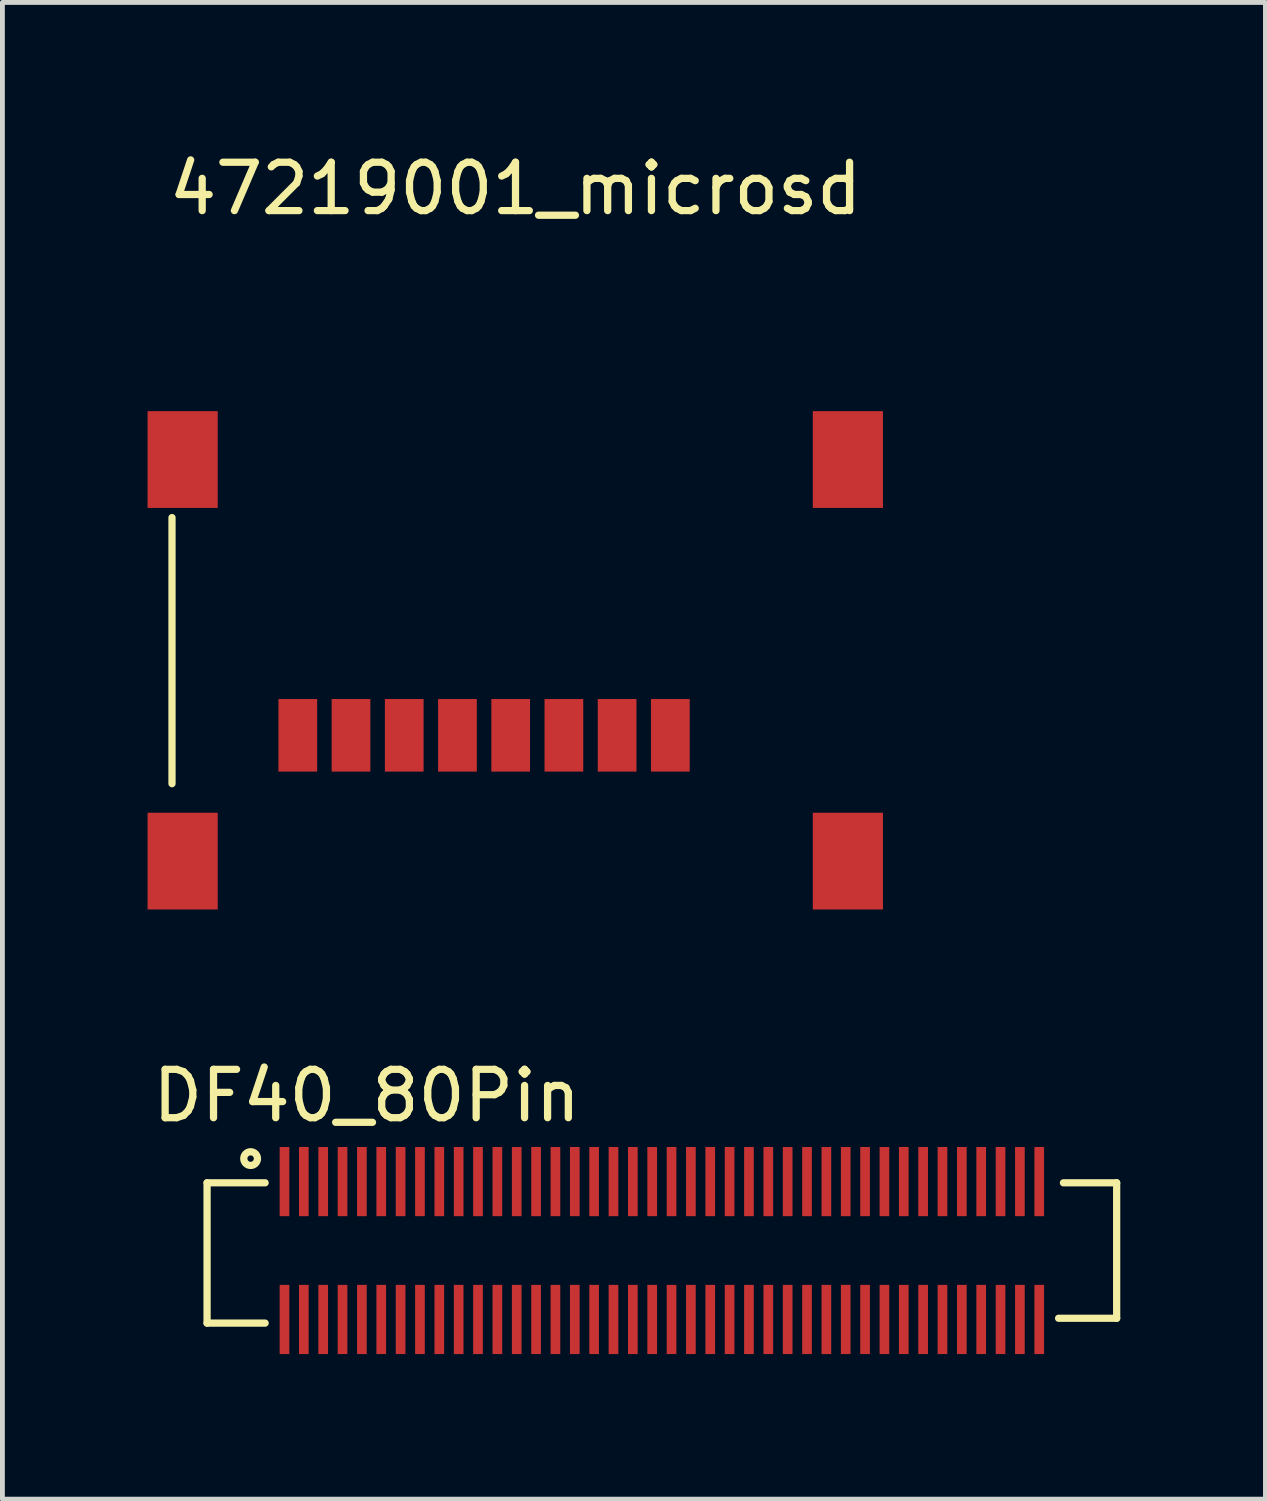
<source format=kicad_pcb>
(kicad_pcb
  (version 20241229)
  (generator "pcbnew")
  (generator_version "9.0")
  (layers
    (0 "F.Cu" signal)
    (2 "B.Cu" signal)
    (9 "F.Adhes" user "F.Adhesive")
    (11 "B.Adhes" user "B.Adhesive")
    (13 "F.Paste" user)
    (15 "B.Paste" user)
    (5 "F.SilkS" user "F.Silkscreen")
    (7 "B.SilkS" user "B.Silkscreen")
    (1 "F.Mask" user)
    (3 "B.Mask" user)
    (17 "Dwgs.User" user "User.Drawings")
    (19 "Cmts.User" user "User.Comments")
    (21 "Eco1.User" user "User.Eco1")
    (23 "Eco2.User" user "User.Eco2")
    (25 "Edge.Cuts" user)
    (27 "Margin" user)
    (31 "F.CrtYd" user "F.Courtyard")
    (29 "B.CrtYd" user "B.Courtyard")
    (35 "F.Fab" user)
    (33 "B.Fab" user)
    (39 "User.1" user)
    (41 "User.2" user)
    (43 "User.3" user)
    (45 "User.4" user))
  (footprint "47219001_microsd"
    (layer "F.Cu")
    (at 7.505 12.148)
    (property "Reference" "47219001_microsd" (at 0.1 -11.3 0) (layer "F.SilkS") (effects (font (size 1 1) (thickness 0.15))))
    (attr through_hole)
    (fp_line (start -7 1) (end -7 -4.5) (stroke (width 0.15) (type solid)) (layer "F.SilkS"))
    (pad "1" smd rect (at 3.3 0) (size 0.8 1.5) (layers "F.Cu" "F.Mask" "F.Paste"))
    (pad "2" smd rect (at 2.2 0) (size 0.8 1.5) (layers "F.Cu" "F.Mask" "F.Paste"))
    (pad "3" smd rect (at 1.1 0) (size 0.8 1.5) (layers "F.Cu" "F.Mask" "F.Paste"))
    (pad "4" smd rect (at 0 0) (size 0.8 1.5) (layers "F.Cu" "F.Mask" "F.Paste"))
    (pad "5" smd rect (at -1.1 0) (size 0.8 1.5) (layers "F.Cu" "F.Mask" "F.Paste"))
    (pad "6" smd rect (at -2.2 0) (size 0.8 1.5) (layers "F.Cu" "F.Mask" "F.Paste"))
    (pad "7" smd rect (at -3.3 0) (size 0.8 1.5) (layers "F.Cu" "F.Mask" "F.Paste"))
    (pad "8" smd rect (at -4.4 0) (size 0.8 1.5) (layers "F.Cu" "F.Mask" "F.Paste"))
    (pad "9" smd rect (at -6.78 -5.7) (size 1.45 2) (layers "F.Cu" "F.Mask" "F.Paste"))
    (pad "9" smd rect (at -6.78 2.6) (size 1.45 2) (layers "F.Cu" "F.Mask" "F.Paste"))
    (pad "9" smd rect (at 6.97 -5.7) (size 1.45 2) (layers "F.Cu" "F.Mask" "F.Paste"))
    (pad "9" smd rect (at 6.97 2.6) (size 1.45 2) (layers "F.Cu" "F.Mask" "F.Paste")))
  (footprint "DF40_80Pin"
    (layer "F.Cu")
    (at 10.63 22.797)
    (property "Reference" "DF40_80Pin" (at -6.1 -3.2 0) (layer "F.SilkS") (effects (font (size 1 1) (thickness 0.15))))
    (attr through_hole)
    (fp_line (start -9.4 -1.4) (end -9.4 1.5) (stroke (width 0.15) (type solid)) (layer "F.SilkS"))
    (fp_line (start -9.4 -1.4) (end -8.2 -1.4) (stroke (width 0.15) (type solid)) (layer "F.SilkS"))
    (fp_line (start -9.4 1.5) (end -8.2 1.5) (stroke (width 0.15) (type solid)) (layer "F.SilkS"))
    (fp_line (start 9.4 -1.4) (end 8.3 -1.4) (stroke (width 0.15) (type solid)) (layer "F.SilkS"))
    (fp_line (start 9.4 -1.4) (end 9.4 1.4) (stroke (width 0.15) (type solid)) (layer "F.SilkS"))
    (fp_line (start 9.4 1.4) (end 8.2 1.4) (stroke (width 0.15) (type solid)) (layer "F.SilkS"))
    (fp_circle (center -8.5 -1.9) (end -8.4 -1.8) (stroke (width 0.15) (type solid)) (fill no) (layer "F.SilkS"))
    (pad "1" smd rect (at -7.8 -1.425) (size 0.2 1.43) (layers "F.Cu" "F.Mask" "F.Paste"))
    (pad "2" smd rect (at -7.8 1.425) (size 0.2 1.43) (layers "F.Cu" "F.Mask" "F.Paste"))
    (pad "3" smd rect (at -7.4 -1.425) (size 0.2 1.43) (layers "F.Cu" "F.Mask" "F.Paste"))
    (pad "4" smd rect (at -7.4 1.425) (size 0.2 1.43) (layers "F.Cu" "F.Mask" "F.Paste"))
    (pad "5" smd rect (at -7 -1.425) (size 0.2 1.43) (layers "F.Cu" "F.Mask" "F.Paste"))
    (pad "6" smd rect (at -7 1.425) (size 0.2 1.43) (layers "F.Cu" "F.Mask" "F.Paste"))
    (pad "7" smd rect (at -6.6 -1.425) (size 0.2 1.43) (layers "F.Cu" "F.Mask" "F.Paste"))
    (pad "8" smd rect (at -6.6 1.425) (size 0.2 1.43) (layers "F.Cu" "F.Mask" "F.Paste"))
    (pad "9" smd rect (at -6.2 -1.425) (size 0.2 1.43) (layers "F.Cu" "F.Mask" "F.Paste"))
    (pad "10" smd rect (at -6.2 1.425) (size 0.2 1.43) (layers "F.Cu" "F.Mask" "F.Paste"))
    (pad "11" smd rect (at -5.8 -1.425) (size 0.2 1.43) (layers "F.Cu" "F.Mask" "F.Paste"))
    (pad "12" smd rect (at -5.8 1.425) (size 0.2 1.43) (layers "F.Cu" "F.Mask" "F.Paste"))
    (pad "13" smd rect (at -5.4 -1.425) (size 0.2 1.43) (layers "F.Cu" "F.Mask" "F.Paste"))
    (pad "14" smd rect (at -5.4 1.425) (size 0.2 1.43) (layers "F.Cu" "F.Mask" "F.Paste"))
    (pad "15" smd rect (at -5 -1.425) (size 0.2 1.43) (layers "F.Cu" "F.Mask" "F.Paste"))
    (pad "16" smd rect (at -5 1.425) (size 0.2 1.43) (layers "F.Cu" "F.Mask" "F.Paste"))
    (pad "17" smd rect (at -4.6 -1.425) (size 0.2 1.43) (layers "F.Cu" "F.Mask" "F.Paste"))
    (pad "18" smd rect (at -4.6 1.425) (size 0.2 1.43) (layers "F.Cu" "F.Mask" "F.Paste"))
    (pad "19" smd rect (at -4.2 -1.425) (size 0.2 1.43) (layers "F.Cu" "F.Mask" "F.Paste"))
    (pad "20" smd rect (at -4.2 1.425) (size 0.2 1.43) (layers "F.Cu" "F.Mask" "F.Paste"))
    (pad "21" smd rect (at -3.8 -1.425) (size 0.2 1.43) (layers "F.Cu" "F.Mask" "F.Paste"))
    (pad "22" smd rect (at -3.8 1.425) (size 0.2 1.43) (layers "F.Cu" "F.Mask" "F.Paste"))
    (pad "23" smd rect (at -3.4 -1.425) (size 0.2 1.43) (layers "F.Cu" "F.Mask" "F.Paste"))
    (pad "24" smd rect (at -3.4 1.425) (size 0.2 1.43) (layers "F.Cu" "F.Mask" "F.Paste"))
    (pad "25" smd rect (at -3 -1.425) (size 0.2 1.43) (layers "F.Cu" "F.Mask" "F.Paste"))
    (pad "26" smd rect (at -3 1.425) (size 0.2 1.43) (layers "F.Cu" "F.Mask" "F.Paste"))
    (pad "27" smd rect (at -2.6 -1.425) (size 0.2 1.43) (layers "F.Cu" "F.Mask" "F.Paste"))
    (pad "28" smd rect (at -2.6 1.425) (size 0.2 1.43) (layers "F.Cu" "F.Mask" "F.Paste"))
    (pad "29" smd rect (at -2.2 -1.425) (size 0.2 1.43) (layers "F.Cu" "F.Mask" "F.Paste"))
    (pad "30" smd rect (at -2.2 1.425) (size 0.2 1.43) (layers "F.Cu" "F.Mask" "F.Paste"))
    (pad "31" smd rect (at -1.8 -1.425) (size 0.2 1.43) (layers "F.Cu" "F.Mask" "F.Paste"))
    (pad "32" smd rect (at -1.8 1.425) (size 0.2 1.43) (layers "F.Cu" "F.Mask" "F.Paste"))
    (pad "33" smd rect (at -1.4 -1.425) (size 0.2 1.43) (layers "F.Cu" "F.Mask" "F.Paste"))
    (pad "34" smd rect (at -1.4 1.425) (size 0.2 1.43) (layers "F.Cu" "F.Mask" "F.Paste"))
    (pad "35" smd rect (at -1 -1.425) (size 0.2 1.43) (layers "F.Cu" "F.Mask" "F.Paste"))
    (pad "36" smd rect (at -1 1.425) (size 0.2 1.43) (layers "F.Cu" "F.Mask" "F.Paste"))
    (pad "37" smd rect (at -0.6 -1.425) (size 0.2 1.43) (layers "F.Cu" "F.Mask" "F.Paste"))
    (pad "38" smd rect (at -0.6 1.425) (size 0.2 1.43) (layers "F.Cu" "F.Mask" "F.Paste"))
    (pad "39" smd rect (at -0.2 -1.425) (size 0.2 1.43) (layers "F.Cu" "F.Mask" "F.Paste"))
    (pad "40" smd rect (at -0.2 1.425) (size 0.2 1.43) (layers "F.Cu" "F.Mask" "F.Paste"))
    (pad "41" smd rect (at 0.2 -1.425) (size 0.2 1.43) (layers "F.Cu" "F.Mask" "F.Paste"))
    (pad "42" smd rect (at 0.2 1.425) (size 0.2 1.43) (layers "F.Cu" "F.Mask" "F.Paste"))
    (pad "43" smd rect (at 0.6 -1.425) (size 0.2 1.43) (layers "F.Cu" "F.Mask" "F.Paste"))
    (pad "44" smd rect (at 0.6 1.425) (size 0.2 1.43) (layers "F.Cu" "F.Mask" "F.Paste"))
    (pad "45" smd rect (at 1 -1.425) (size 0.2 1.43) (layers "F.Cu" "F.Mask" "F.Paste"))
    (pad "46" smd rect (at 1 1.425) (size 0.2 1.43) (layers "F.Cu" "F.Mask" "F.Paste"))
    (pad "47" smd rect (at 1.4 -1.425) (size 0.2 1.43) (layers "F.Cu" "F.Mask" "F.Paste"))
    (pad "48" smd rect (at 1.4 1.425) (size 0.2 1.43) (layers "F.Cu" "F.Mask" "F.Paste"))
    (pad "49" smd rect (at 1.8 -1.425) (size 0.2 1.43) (layers "F.Cu" "F.Mask" "F.Paste"))
    (pad "50" smd rect (at 1.8 1.425) (size 0.2 1.43) (layers "F.Cu" "F.Mask" "F.Paste"))
    (pad "51" smd rect (at 2.2 -1.425) (size 0.2 1.43) (layers "F.Cu" "F.Mask" "F.Paste"))
    (pad "52" smd rect (at 2.2 1.425) (size 0.2 1.43) (layers "F.Cu" "F.Mask" "F.Paste"))
    (pad "53" smd rect (at 2.6 -1.425) (size 0.2 1.43) (layers "F.Cu" "F.Mask" "F.Paste"))
    (pad "54" smd rect (at 2.6 1.425) (size 0.2 1.43) (layers "F.Cu" "F.Mask" "F.Paste"))
    (pad "55" smd rect (at 3 -1.425) (size 0.2 1.43) (layers "F.Cu" "F.Mask" "F.Paste"))
    (pad "56" smd rect (at 3 1.425) (size 0.2 1.43) (layers "F.Cu" "F.Mask" "F.Paste"))
    (pad "57" smd rect (at 3.4 -1.425) (size 0.2 1.43) (layers "F.Cu" "F.Mask" "F.Paste"))
    (pad "58" smd rect (at 3.4 1.425) (size 0.2 1.43) (layers "F.Cu" "F.Mask" "F.Paste"))
    (pad "59" smd rect (at 3.8 -1.425) (size 0.2 1.43) (layers "F.Cu" "F.Mask" "F.Paste"))
    (pad "60" smd rect (at 3.8 1.425) (size 0.2 1.43) (layers "F.Cu" "F.Mask" "F.Paste"))
    (pad "61" smd rect (at 4.2 -1.425) (size 0.2 1.43) (layers "F.Cu" "F.Mask" "F.Paste"))
    (pad "62" smd rect (at 4.2 1.425) (size 0.2 1.43) (layers "F.Cu" "F.Mask" "F.Paste"))
    (pad "63" smd rect (at 4.6 -1.425) (size 0.2 1.43) (layers "F.Cu" "F.Mask" "F.Paste"))
    (pad "64" smd rect (at 4.6 1.425) (size 0.2 1.43) (layers "F.Cu" "F.Mask" "F.Paste"))
    (pad "65" smd rect (at 5 -1.425) (size 0.2 1.43) (layers "F.Cu" "F.Mask" "F.Paste"))
    (pad "66" smd rect (at 5 1.425) (size 0.2 1.43) (layers "F.Cu" "F.Mask" "F.Paste"))
    (pad "67" smd rect (at 5.4 -1.425) (size 0.2 1.43) (layers "F.Cu" "F.Mask" "F.Paste"))
    (pad "68" smd rect (at 5.4 1.425) (size 0.2 1.43) (layers "F.Cu" "F.Mask" "F.Paste"))
    (pad "69" smd rect (at 5.8 -1.425) (size 0.2 1.43) (layers "F.Cu" "F.Mask" "F.Paste"))
    (pad "70" smd rect (at 5.8 1.425) (size 0.2 1.43) (layers "F.Cu" "F.Mask" "F.Paste"))
    (pad "71" smd rect (at 6.2 -1.425) (size 0.2 1.43) (layers "F.Cu" "F.Mask" "F.Paste"))
    (pad "72" smd rect (at 6.2 1.425) (size 0.2 1.43) (layers "F.Cu" "F.Mask" "F.Paste"))
    (pad "73" smd rect (at 6.6 -1.425) (size 0.2 1.43) (layers "F.Cu" "F.Mask" "F.Paste"))
    (pad "74" smd rect (at 6.6 1.425) (size 0.2 1.43) (layers "F.Cu" "F.Mask" "F.Paste"))
    (pad "75" smd rect (at 7 -1.425) (size 0.2 1.43) (layers "F.Cu" "F.Mask" "F.Paste"))
    (pad "76" smd rect (at 7 1.425) (size 0.2 1.43) (layers "F.Cu" "F.Mask" "F.Paste"))
    (pad "77" smd rect (at 7.4 -1.425) (size 0.2 1.43) (layers "F.Cu" "F.Mask" "F.Paste"))
    (pad "78" smd rect (at 7.4 1.425) (size 0.2 1.43) (layers "F.Cu" "F.Mask" "F.Paste"))
    (pad "79" smd rect (at 7.8 -1.425) (size 0.2 1.43) (layers "F.Cu" "F.Mask" "F.Paste"))
    (pad "80" smd rect (at 7.8 1.425) (size 0.2 1.43) (layers "F.Cu" "F.Mask" "F.Paste")))
  (gr_rect
    (start -3 -3)
    (end 23.105 27.936)
    (stroke (width 0.1) (type default))
    (fill no)
    (layer "Edge.Cuts")))
</source>
